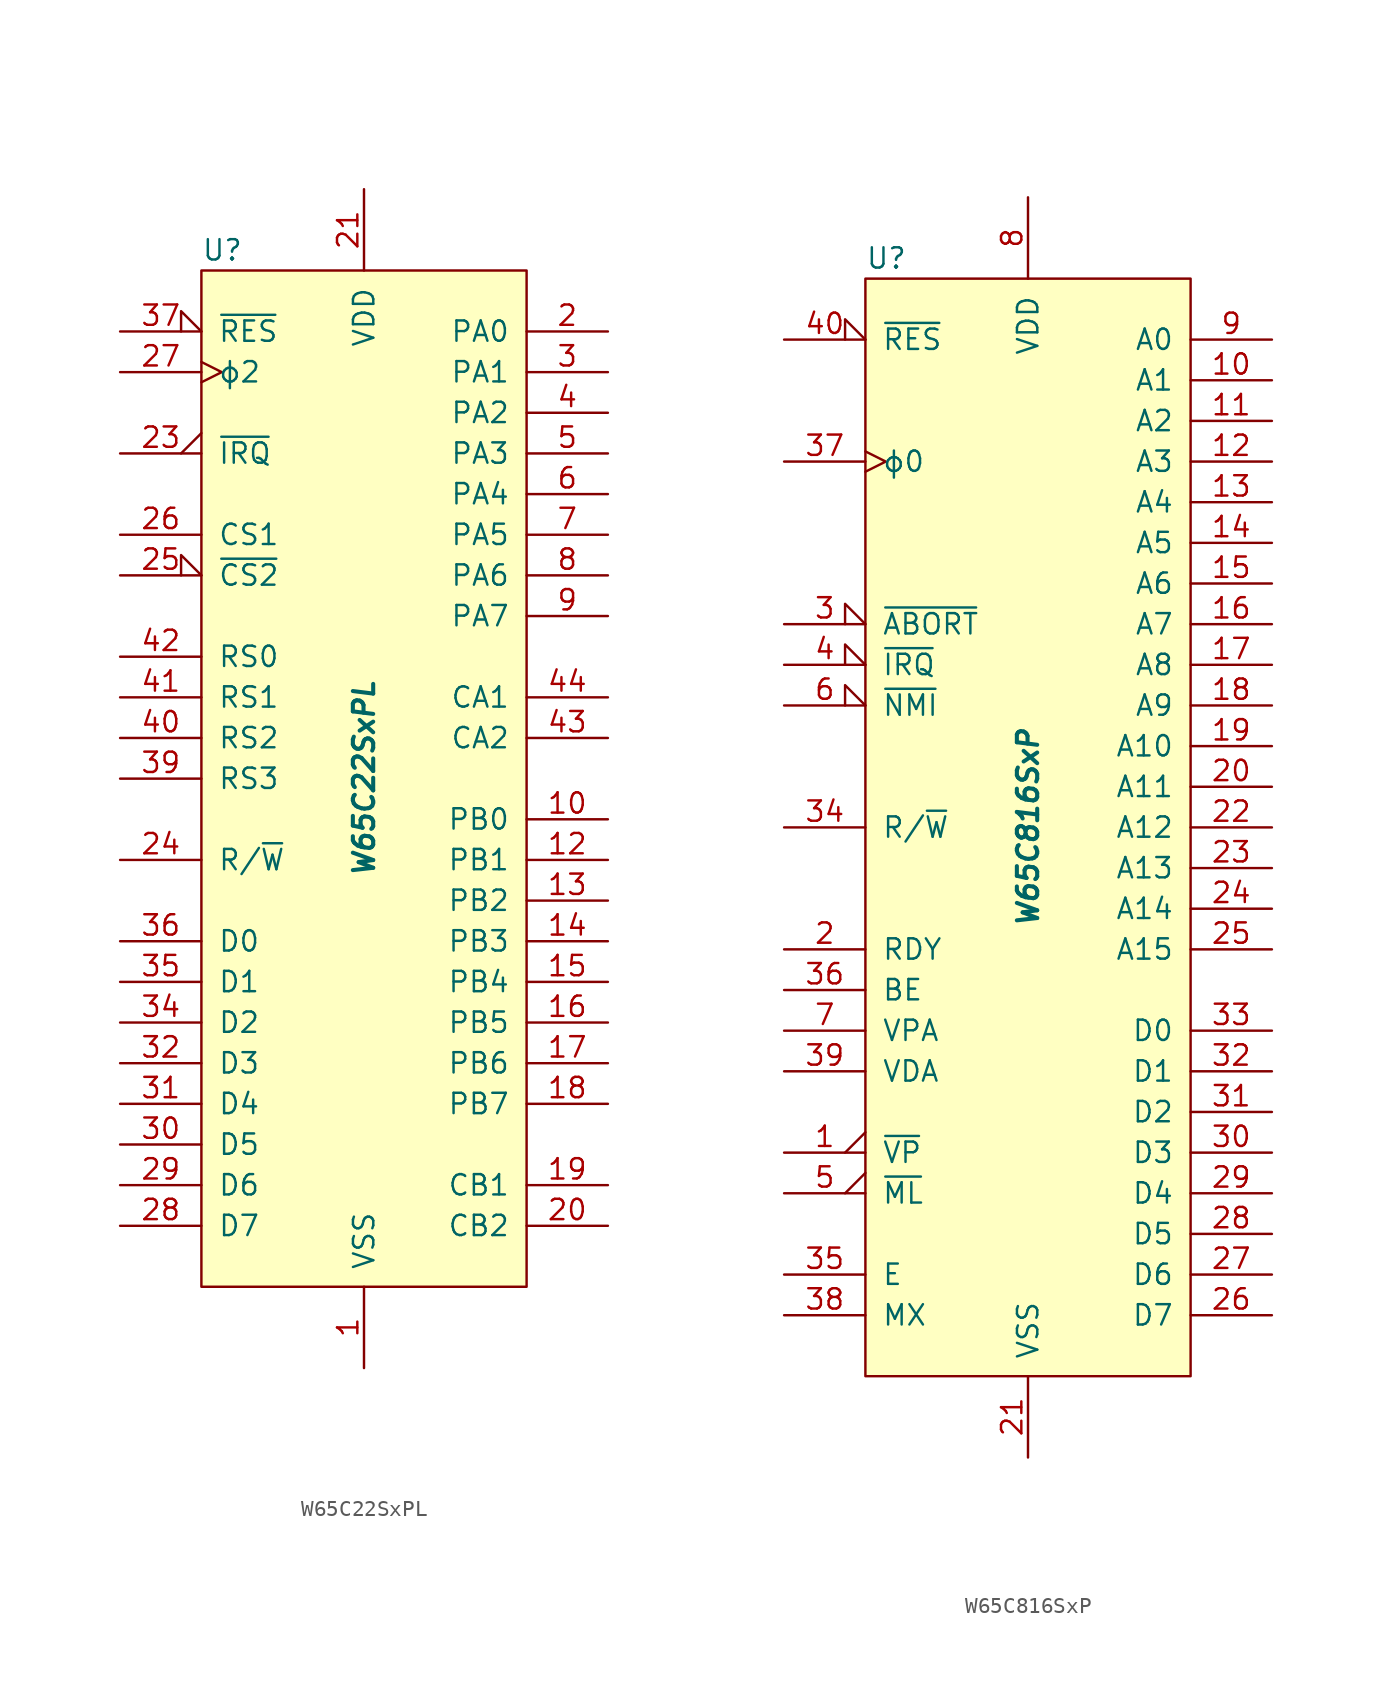
<source format=kicad_sym>
(kicad_symbol_lib
  (version 20211014)
  (generator kicad_symbol_editor)
  (symbol "W65C22SxPL"
    (pin_names
      (offset 1.016))
    (property "Reference" "U"
      (at -10.16 33.02 0)
      (effects (font (size 1.27 1.27)) (justify left)))
    (property "Value" "W65C22SxPL"
      (at 0 0 90)
      (effects (font (size 1.27 1.27) bold italic)))
    (symbol "W65C22SxPL_0_1"
      (rectangle (start -10.16 31.75) (end 10.16 -31.75) (stroke (width 0) (type default) (color 0 0 0 0)) (fill (type background))))
    (symbol "W65C22SxPL_1_1"
      (pin power_in line (at 0 -36.83 90) (length 5.08) (name "VSS" (effects (font (size 1.27 1.27)))) (number "1" (effects (font (size 1.27 1.27)))))
      (pin bidirectional line (at 15.24 -2.54 180) (length 5.08) (name "PB0" (effects (font (size 1.27 1.27)))) (number "10" (effects (font (size 1.27 1.27)))))
      (pin no_connect non_logic (at -10.16 22.86 0) (length 2.54) hide (name "nc" (effects (font (size 1.27 1.27)))) (number "11" (effects (font (size 1.27 1.27)))))
      (pin bidirectional line (at 15.24 -5.08 180) (length 5.08) (name "PB1" (effects (font (size 1.27 1.27)))) (number "12" (effects (font (size 1.27 1.27)))))
      (pin bidirectional line (at 15.24 -7.62 180) (length 5.08) (name "PB2" (effects (font (size 1.27 1.27)))) (number "13" (effects (font (size 1.27 1.27)))))
      (pin bidirectional line (at 15.24 -10.16 180) (length 5.08) (name "PB3" (effects (font (size 1.27 1.27)))) (number "14" (effects (font (size 1.27 1.27)))))
      (pin bidirectional line (at 15.24 -12.7 180) (length 5.08) (name "PB4" (effects (font (size 1.27 1.27)))) (number "15" (effects (font (size 1.27 1.27)))))
      (pin bidirectional line (at 15.24 -15.24 180) (length 5.08) (name "PB5" (effects (font (size 1.27 1.27)))) (number "16" (effects (font (size 1.27 1.27)))))
      (pin bidirectional line (at 15.24 -17.78 180) (length 5.08) (name "PB6" (effects (font (size 1.27 1.27)))) (number "17" (effects (font (size 1.27 1.27)))))
      (pin bidirectional line (at 15.24 -20.32 180) (length 5.08) (name "PB7" (effects (font (size 1.27 1.27)))) (number "18" (effects (font (size 1.27 1.27)))))
      (pin input line (at 15.24 -25.4 180) (length 5.08) (name "CB1" (effects (font (size 1.27 1.27)))) (number "19" (effects (font (size 1.27 1.27)))))
      (pin bidirectional line (at 15.24 27.94 180) (length 5.08) (name "PA0" (effects (font (size 1.27 1.27)))) (number "2" (effects (font (size 1.27 1.27)))))
      (pin bidirectional line (at 15.24 -27.94 180) (length 5.08) (name "CB2" (effects (font (size 1.27 1.27)))) (number "20" (effects (font (size 1.27 1.27)))))
      (pin power_in line (at 0 36.83 270) (length 5.08) (name "VDD" (effects (font (size 1.27 1.27)))) (number "21" (effects (font (size 1.27 1.27)))))
      (pin no_connect non_logic (at -10.16 17.78 0) (length 2.54) hide (name "nc" (effects (font (size 1.27 1.27)))) (number "22" (effects (font (size 1.27 1.27)))))
      (pin output output_low (at -15.24 20.32 0) (length 5.08) (name "~{IRQ}" (effects (font (size 1.27 1.27)))) (number "23" (effects (font (size 1.27 1.27)))))
      (pin input line (at -15.24 -5.08 0) (length 5.08) (name "R/~{W}" (effects (font (size 1.27 1.27)))) (number "24" (effects (font (size 1.27 1.27)))))
      (pin input input_low (at -15.24 12.7 0) (length 5.08) (name "~{CS2}" (effects (font (size 1.27 1.27)))) (number "25" (effects (font (size 1.27 1.27)))))
      (pin input line (at -15.24 15.24 0) (length 5.08) (name "CS1" (effects (font (size 1.27 1.27)))) (number "26" (effects (font (size 1.27 1.27)))))
      (pin input clock (at -15.24 25.4 0) (length 5.08) (name "ϕ2" (effects (font (size 1.27 1.27)))) (number "27" (effects (font (size 1.27 1.27)))))
      (pin bidirectional line (at -15.24 -27.94 0) (length 5.08) (name "D7" (effects (font (size 1.27 1.27)))) (number "28" (effects (font (size 1.27 1.27)))))
      (pin bidirectional line (at -15.24 -25.4 0) (length 5.08) (name "D6" (effects (font (size 1.27 1.27)))) (number "29" (effects (font (size 1.27 1.27)))))
      (pin bidirectional line (at 15.24 25.4 180) (length 5.08) (name "PA1" (effects (font (size 1.27 1.27)))) (number "3" (effects (font (size 1.27 1.27)))))
      (pin bidirectional line (at -15.24 -22.86 0) (length 5.08) (name "D5" (effects (font (size 1.27 1.27)))) (number "30" (effects (font (size 1.27 1.27)))))
      (pin bidirectional line (at -15.24 -20.32 0) (length 5.08) (name "D4" (effects (font (size 1.27 1.27)))) (number "31" (effects (font (size 1.27 1.27)))))
      (pin bidirectional line (at -15.24 -17.78 0) (length 5.08) (name "D3" (effects (font (size 1.27 1.27)))) (number "32" (effects (font (size 1.27 1.27)))))
      (pin no_connect non_logic (at -10.16 10.16 0) (length 2.54) hide (name "nc" (effects (font (size 1.27 1.27)))) (number "33" (effects (font (size 1.27 1.27)))))
      (pin bidirectional line (at -15.24 -15.24 0) (length 5.08) (name "D2" (effects (font (size 1.27 1.27)))) (number "34" (effects (font (size 1.27 1.27)))))
      (pin bidirectional line (at -15.24 -12.7 0) (length 5.08) (name "D1" (effects (font (size 1.27 1.27)))) (number "35" (effects (font (size 1.27 1.27)))))
      (pin bidirectional line (at -15.24 -10.16 0) (length 5.08) (name "D0" (effects (font (size 1.27 1.27)))) (number "36" (effects (font (size 1.27 1.27)))))
      (pin input input_low (at -15.24 27.94 0) (length 5.08) (name "~{RES}" (effects (font (size 1.27 1.27)))) (number "37" (effects (font (size 1.27 1.27)))))
      (pin no_connect non_logic (at -10.16 -2.54 0) (length 2.54) hide (name "nc" (effects (font (size 1.27 1.27)))) (number "38" (effects (font (size 1.27 1.27)))))
      (pin input line (at -15.24 0 0) (length 5.08) (name "RS3" (effects (font (size 1.27 1.27)))) (number "39" (effects (font (size 1.27 1.27)))))
      (pin bidirectional line (at 15.24 22.86 180) (length 5.08) (name "PA2" (effects (font (size 1.27 1.27)))) (number "4" (effects (font (size 1.27 1.27)))))
      (pin input line (at -15.24 2.54 0) (length 5.08) (name "RS2" (effects (font (size 1.27 1.27)))) (number "40" (effects (font (size 1.27 1.27)))))
      (pin input line (at -15.24 5.08 0) (length 5.08) (name "RS1" (effects (font (size 1.27 1.27)))) (number "41" (effects (font (size 1.27 1.27)))))
      (pin input line (at -15.24 7.62 0) (length 5.08) (name "RS0" (effects (font (size 1.27 1.27)))) (number "42" (effects (font (size 1.27 1.27)))))
      (pin bidirectional line (at 15.24 2.54 180) (length 5.08) (name "CA2" (effects (font (size 1.27 1.27)))) (number "43" (effects (font (size 1.27 1.27)))))
      (pin input line (at 15.24 5.08 180) (length 5.08) (name "CA1" (effects (font (size 1.27 1.27)))) (number "44" (effects (font (size 1.27 1.27)))))
      (pin bidirectional line (at 15.24 20.32 180) (length 5.08) (name "PA3" (effects (font (size 1.27 1.27)))) (number "5" (effects (font (size 1.27 1.27)))))
      (pin bidirectional line (at 15.24 17.78 180) (length 5.08) (name "PA4" (effects (font (size 1.27 1.27)))) (number "6" (effects (font (size 1.27 1.27)))))
      (pin bidirectional line (at 15.24 15.24 180) (length 5.08) (name "PA5" (effects (font (size 1.27 1.27)))) (number "7" (effects (font (size 1.27 1.27)))))
      (pin bidirectional line (at 15.24 12.7 180) (length 5.08) (name "PA6" (effects (font (size 1.27 1.27)))) (number "8" (effects (font (size 1.27 1.27)))))
      (pin bidirectional line (at 15.24 10.16 180) (length 5.08) (name "PA7" (effects (font (size 1.27 1.27)))) (number "9" (effects (font (size 1.27 1.27)))))))
  (symbol "W65C816SxP"
    (pin_names
      (offset 1.016))
    (property "Reference" "U"
      (at -10.16 35.56 0)
      (effects (font (size 1.27 1.27)) (justify left)))
    (property "Value" "W65C816SxP"
      (at 0 0 90)
      (effects (font (size 1.27 1.27) bold italic)))
    (symbol "W65C816SxP_0_1"
      (rectangle (start -10.16 34.29) (end 10.16 -34.29) (stroke (width 0) (type default) (color 0 0 0 0)) (fill (type background))))
    (symbol "W65C816SxP_1_1"
      (pin output output_low (at -15.24 -20.32 0) (length 5.08) (name "~{VP}" (effects (font (size 1.27 1.27)))) (number "1" (effects (font (size 1.27 1.27)))))
      (pin tri_state line (at 15.24 27.94 180) (length 5.08) (name "A1" (effects (font (size 1.27 1.27)))) (number "10" (effects (font (size 1.27 1.27)))))
      (pin tri_state line (at 15.24 25.4 180) (length 5.08) (name "A2" (effects (font (size 1.27 1.27)))) (number "11" (effects (font (size 1.27 1.27)))))
      (pin tri_state line (at 15.24 22.86 180) (length 5.08) (name "A3" (effects (font (size 1.27 1.27)))) (number "12" (effects (font (size 1.27 1.27)))))
      (pin tri_state line (at 15.24 20.32 180) (length 5.08) (name "A4" (effects (font (size 1.27 1.27)))) (number "13" (effects (font (size 1.27 1.27)))))
      (pin tri_state line (at 15.24 17.78 180) (length 5.08) (name "A5" (effects (font (size 1.27 1.27)))) (number "14" (effects (font (size 1.27 1.27)))))
      (pin tri_state line (at 15.24 15.24 180) (length 5.08) (name "A6" (effects (font (size 1.27 1.27)))) (number "15" (effects (font (size 1.27 1.27)))))
      (pin tri_state line (at 15.24 12.7 180) (length 5.08) (name "A7" (effects (font (size 1.27 1.27)))) (number "16" (effects (font (size 1.27 1.27)))))
      (pin tri_state line (at 15.24 10.16 180) (length 5.08) (name "A8" (effects (font (size 1.27 1.27)))) (number "17" (effects (font (size 1.27 1.27)))))
      (pin tri_state line (at 15.24 7.62 180) (length 5.08) (name "A9" (effects (font (size 1.27 1.27)))) (number "18" (effects (font (size 1.27 1.27)))))
      (pin tri_state line (at 15.24 5.08 180) (length 5.08) (name "A10" (effects (font (size 1.27 1.27)))) (number "19" (effects (font (size 1.27 1.27)))))
      (pin open_collector line (at -15.24 -7.62 0) (length 5.08) (name "RDY" (effects (font (size 1.27 1.27)))) (number "2" (effects (font (size 1.27 1.27)))))
      (pin tri_state line (at 15.24 2.54 180) (length 5.08) (name "A11" (effects (font (size 1.27 1.27)))) (number "20" (effects (font (size 1.27 1.27)))))
      (pin power_in line (at 0 -39.37 90) (length 5.08) (name "VSS" (effects (font (size 1.27 1.27)))) (number "21" (effects (font (size 1.27 1.27)))))
      (pin tri_state line (at 15.24 0 180) (length 5.08) (name "A12" (effects (font (size 1.27 1.27)))) (number "22" (effects (font (size 1.27 1.27)))))
      (pin tri_state line (at 15.24 -2.54 180) (length 5.08) (name "A13" (effects (font (size 1.27 1.27)))) (number "23" (effects (font (size 1.27 1.27)))))
      (pin tri_state line (at 15.24 -5.08 180) (length 5.08) (name "A14" (effects (font (size 1.27 1.27)))) (number "24" (effects (font (size 1.27 1.27)))))
      (pin tri_state line (at 15.24 -7.62 180) (length 5.08) (name "A15" (effects (font (size 1.27 1.27)))) (number "25" (effects (font (size 1.27 1.27)))))
      (pin bidirectional line (at 15.24 -30.48 180) (length 5.08) (name "D7" (effects (font (size 1.27 1.27)))) (number "26" (effects (font (size 1.27 1.27)))))
      (pin bidirectional line (at 15.24 -27.94 180) (length 5.08) (name "D6" (effects (font (size 1.27 1.27)))) (number "27" (effects (font (size 1.27 1.27)))))
      (pin bidirectional line (at 15.24 -25.4 180) (length 5.08) (name "D5" (effects (font (size 1.27 1.27)))) (number "28" (effects (font (size 1.27 1.27)))))
      (pin bidirectional line (at 15.24 -22.86 180) (length 5.08) (name "D4" (effects (font (size 1.27 1.27)))) (number "29" (effects (font (size 1.27 1.27)))))
      (pin input input_low (at -15.24 12.7 0) (length 5.08) (name "~{ABORT}" (effects (font (size 1.27 1.27)))) (number "3" (effects (font (size 1.27 1.27)))))
      (pin bidirectional line (at 15.24 -20.32 180) (length 5.08) (name "D3" (effects (font (size 1.27 1.27)))) (number "30" (effects (font (size 1.27 1.27)))))
      (pin bidirectional line (at 15.24 -17.78 180) (length 5.08) (name "D2" (effects (font (size 1.27 1.27)))) (number "31" (effects (font (size 1.27 1.27)))))
      (pin bidirectional line (at 15.24 -15.24 180) (length 5.08) (name "D1" (effects (font (size 1.27 1.27)))) (number "32" (effects (font (size 1.27 1.27)))))
      (pin bidirectional line (at 15.24 -12.7 180) (length 5.08) (name "D0" (effects (font (size 1.27 1.27)))) (number "33" (effects (font (size 1.27 1.27)))))
      (pin tri_state line (at -15.24 0 0) (length 5.08) (name "R/~{W}" (effects (font (size 1.27 1.27)))) (number "34" (effects (font (size 1.27 1.27)))))
      (pin output line (at -15.24 -27.94 0) (length 5.08) (name "E" (effects (font (size 1.27 1.27)))) (number "35" (effects (font (size 1.27 1.27)))))
      (pin input line (at -15.24 -10.16 0) (length 5.08) (name "BE" (effects (font (size 1.27 1.27)))) (number "36" (effects (font (size 1.27 1.27)))))
      (pin input clock (at -15.24 22.86 0) (length 5.08) (name "ϕ0" (effects (font (size 1.27 1.27)))) (number "37" (effects (font (size 1.27 1.27)))))
      (pin output line (at -15.24 -30.48 0) (length 5.08) (name "MX" (effects (font (size 1.27 1.27)))) (number "38" (effects (font (size 1.27 1.27)))))
      (pin output line (at -15.24 -15.24 0) (length 5.08) (name "VDA" (effects (font (size 1.27 1.27)))) (number "39" (effects (font (size 1.27 1.27)))))
      (pin input input_low (at -15.24 10.16 0) (length 5.08) (name "~{IRQ}" (effects (font (size 1.27 1.27)))) (number "4" (effects (font (size 1.27 1.27)))))
      (pin input input_low (at -15.24 30.48 0) (length 5.08) (name "~{RES}" (effects (font (size 1.27 1.27)))) (number "40" (effects (font (size 1.27 1.27)))))
      (pin output output_low (at -15.24 -22.86 0) (length 5.08) (name "~{ML}" (effects (font (size 1.27 1.27)))) (number "5" (effects (font (size 1.27 1.27)))))
      (pin input input_low (at -15.24 7.62 0) (length 5.08) (name "~{NMI}" (effects (font (size 1.27 1.27)))) (number "6" (effects (font (size 1.27 1.27)))))
      (pin output line (at -15.24 -12.7 0) (length 5.08) (name "VPA" (effects (font (size 1.27 1.27)))) (number "7" (effects (font (size 1.27 1.27)))))
      (pin power_in line (at 0 39.37 270) (length 5.08) (name "VDD" (effects (font (size 1.27 1.27)))) (number "8" (effects (font (size 1.27 1.27)))))
      (pin tri_state line (at 15.24 30.48 180) (length 5.08) (name "A0" (effects (font (size 1.27 1.27)))) (number "9" (effects (font (size 1.27 1.27))))))))
</source>
